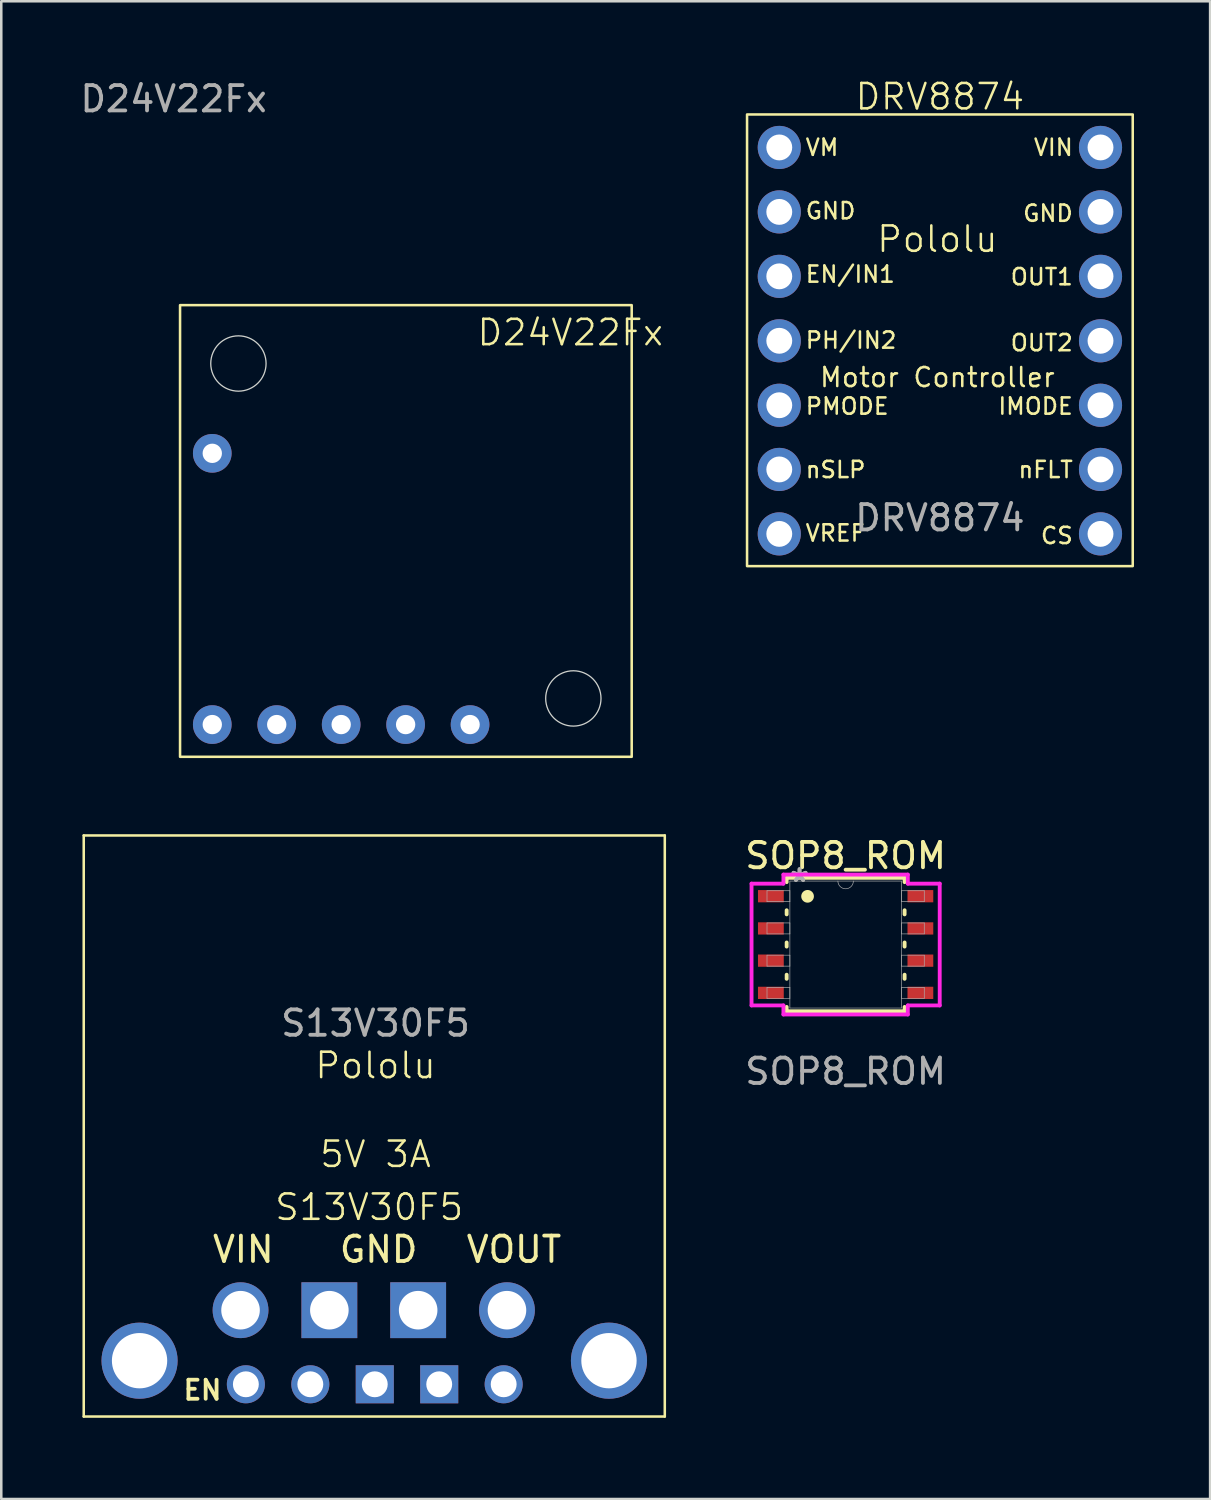
<source format=kicad_pcb>
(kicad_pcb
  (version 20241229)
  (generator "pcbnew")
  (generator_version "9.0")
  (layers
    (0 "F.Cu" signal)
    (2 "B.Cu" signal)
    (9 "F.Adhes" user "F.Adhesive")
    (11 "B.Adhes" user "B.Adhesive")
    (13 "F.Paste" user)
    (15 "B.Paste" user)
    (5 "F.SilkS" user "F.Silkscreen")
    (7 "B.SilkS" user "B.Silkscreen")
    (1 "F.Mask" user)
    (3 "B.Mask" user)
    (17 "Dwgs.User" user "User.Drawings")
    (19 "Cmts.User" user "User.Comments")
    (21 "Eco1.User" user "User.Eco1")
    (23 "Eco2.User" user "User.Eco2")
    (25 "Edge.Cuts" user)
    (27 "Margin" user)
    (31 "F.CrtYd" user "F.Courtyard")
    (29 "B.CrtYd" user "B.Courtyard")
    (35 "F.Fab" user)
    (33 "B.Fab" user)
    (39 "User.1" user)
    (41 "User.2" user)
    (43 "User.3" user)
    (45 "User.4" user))
  (footprint "D24V22Fx"
    (layer "F.Cu")
    (at 4.046 8.976)
    (property "Reference" "D24V22Fx" (at 15.38 1.08 0) (unlocked yes) (layer "F.SilkS") (effects (font (size 1 1) (thickness 0.1))))
    (attr through_hole)
    (fp_rect (start 0 0) (end 17.8 17.8) (stroke (width 0.1) (type default)) (fill no) (layer "F.SilkS"))
    (fp_circle (center 2.3 2.3) (end 3.39 2.3) (stroke (width 0.05) (type default)) (fill no) (layer "Edge.Cuts"))
    (fp_circle (center 15.5 15.5) (end 16.59 15.5) (stroke (width 0.05) (type default)) (fill no) (layer "Edge.Cuts"))
    (fp_text user "${REFERENCE}" (at -0.254 -8.128 0) (unlocked yes) (layer "F.Fab") (effects (font (size 1 1) (thickness 0.15))))
    (pad "1" thru_hole circle (at 1.27 16.53) (size 1.524 1.524) (drill 0.762) (layers "*.Cu" "*.Mask"))
    (pad "2" thru_hole circle (at 3.81 16.53) (size 1.524 1.524) (drill 0.762) (layers "*.Cu" "*.Mask"))
    (pad "3" thru_hole circle (at 6.35 16.53) (size 1.524 1.524) (drill 0.762) (layers "*.Cu" "*.Mask"))
    (pad "4" thru_hole circle (at 8.89 16.53) (size 1.524 1.524) (drill 0.762) (layers "*.Cu" "*.Mask"))
    (pad "5" thru_hole circle (at 11.43 16.53) (size 1.524 1.524) (drill 0.762) (layers "*.Cu" "*.Mask"))
    (pad "6" thru_hole circle (at 1.27 5.84) (size 1.524 1.524) (drill 0.762) (layers "*.Cu" "*.Mask")))
  (footprint "DRV8874"
    (layer "F.Cu")
    (at 26.392 19.261)
    (property "Reference" "DRV8874" (at 7.6 -18.5 0) (unlocked yes) (layer "F.SilkS") (effects (font (size 1 1) (thickness 0.1))))
    (attr through_hole)
    (fp_rect (start 0 -17.8) (end 15.2 0) (stroke (width 0.1) (type default)) (fill no) (layer "F.SilkS"))
    (fp_text user "VM" (at 2.25 -16.5 0) (unlocked yes) (layer "F.SilkS") (effects (font (size 0.64 0.64) (thickness 0.1)) (justify left)))
    (fp_text user "GND" (at 12.9 -13.9 0) (unlocked yes) (layer "F.SilkS") (effects (font (size 0.64 0.64) (thickness 0.1)) (justify right)))
    (fp_text user "OUT1" (at 12.9 -11.4 0) (unlocked yes) (layer "F.SilkS") (effects (font (size 0.64 0.64) (thickness 0.1)) (justify right)))
    (fp_text user "OUT2" (at 12.9 -8.8 0) (unlocked yes) (layer "F.SilkS") (effects (font (size 0.64 0.64) (thickness 0.1)) (justify right)))
    (fp_text user "Motor Controller" (at 7.5 -7 0) (unlocked yes) (layer "F.SilkS") (effects (font (size 0.75 0.75) (thickness 0.1)) (justify bottom)))
    (fp_text user "Pololu" (at 7.5 -12.3 0) (unlocked yes) (layer "F.SilkS") (effects (font (size 1 1) (thickness 0.1)) (justify bottom)))
    (fp_text user "PMODE" (at 2.25 -6.3 0) (unlocked yes) (layer "F.SilkS") (effects (font (size 0.64 0.64) (thickness 0.1)) (justify left)))
    (fp_text user "GND" (at 2.25 -14 0) (unlocked yes) (layer "F.SilkS") (effects (font (size 0.64 0.64) (thickness 0.1)) (justify left)))
    (fp_text user "nFLT" (at 12.9 -3.8 0) (unlocked yes) (layer "F.SilkS") (effects (font (size 0.64 0.64) (thickness 0.1)) (justify right)))
    (fp_text user "VREF" (at 2.25 -1.3 0) (unlocked yes) (layer "F.SilkS") (effects (font (size 0.64 0.64) (thickness 0.1)) (justify left)))
    (fp_text user "PH/IN2" (at 2.25 -8.9 0) (unlocked yes) (layer "F.SilkS") (effects (font (size 0.64 0.64) (thickness 0.1)) (justify left)))
    (fp_text user "VIN" (at 12.9 -16.5 0) (unlocked yes) (layer "F.SilkS") (effects (font (size 0.64 0.64) (thickness 0.1)) (justify right)))
    (fp_text user "IMODE" (at 12.9 -6.3 0) (unlocked yes) (layer "F.SilkS") (effects (font (size 0.64 0.64) (thickness 0.1)) (justify right)))
    (fp_text user "nSLP" (at 2.25 -3.8 0) (unlocked yes) (layer "F.SilkS") (effects (font (size 0.64 0.64) (thickness 0.1)) (justify left)))
    (fp_text user "CS" (at 12.9 -1.2 0) (unlocked yes) (layer "F.SilkS") (effects (font (size 0.64 0.64) (thickness 0.1)) (justify right)))
    (fp_text user "EN/IN1" (at 2.25 -11.5 0) (unlocked yes) (layer "F.SilkS") (effects (font (size 0.64 0.64) (thickness 0.1)) (justify left)))
    (fp_text user "${REFERENCE}" (at 7.6 -1.9 0) (unlocked yes) (layer "F.Fab") (effects (font (size 1 1) (thickness 0.15))))
    (pad "1" thru_hole circle (at 1.27 -16.5) (size 1.7 1.7) (drill 1.02) (layers "*.Cu" "*.Mask"))
    (pad "2" thru_hole circle (at 1.27 -13.96) (size 1.7 1.7) (drill 1.02) (layers "*.Cu" "*.Mask"))
    (pad "3" thru_hole circle (at 1.27 -11.42) (size 1.7 1.7) (drill 1.02) (layers "*.Cu" "*.Mask"))
    (pad "4" thru_hole circle (at 1.27 -8.88) (size 1.7 1.7) (drill 1.02) (layers "*.Cu" "*.Mask"))
    (pad "5" thru_hole circle (at 1.27 -6.34) (size 1.7 1.7) (drill 1.02) (layers "*.Cu" "*.Mask"))
    (pad "6" thru_hole circle (at 1.27 -3.81) (size 1.7 1.7) (drill 1.02) (layers "*.Cu" "*.Mask"))
    (pad "7" thru_hole circle (at 1.27 -1.27) (size 1.7 1.7) (drill 1.02) (layers "*.Cu" "*.Mask"))
    (pad "8" thru_hole circle (at 13.93 -16.5) (size 1.7 1.7) (drill 1.02) (layers "*.Cu" "*.Mask"))
    (pad "9" thru_hole circle (at 13.93 -13.96) (size 1.7 1.7) (drill 1.02) (layers "*.Cu" "*.Mask"))
    (pad "10" thru_hole circle (at 13.93 -11.42) (size 1.7 1.7) (drill 1.02) (layers "*.Cu" "*.Mask"))
    (pad "11" thru_hole circle (at 13.93 -8.88) (size 1.7 1.7) (drill 1.02) (layers "*.Cu" "*.Mask"))
    (pad "12" thru_hole circle (at 13.93 -6.34) (size 1.7 1.7) (drill 1.02) (layers "*.Cu" "*.Mask"))
    (pad "13" thru_hole circle (at 13.93 -3.81) (size 1.7 1.7) (drill 1.02) (layers "*.Cu" "*.Mask"))
    (pad "14" thru_hole circle (at 13.93 -1.27) (size 1.7 1.7) (drill 1.02) (layers "*.Cu" "*.Mask")))
  (footprint "S13V30F5"
    (layer "F.Cu")
    (at 0.25 52.776)
    (property "Reference" "S13V30F5" (at 11.25 -8.25 0) (unlocked yes) (layer "F.SilkS") (effects (font (size 1 1) (thickness 0.1))))
    (attr through_hole)
    (fp_line (start 0 -22.9) (end 0 0) (stroke (width 0.1) (type default)) (layer "F.SilkS"))
    (fp_line (start 0 -22.9) (end 22.9 -22.9) (stroke (width 0.1) (type default)) (layer "F.SilkS"))
    (fp_line (start 0 0) (end 22.9 0) (stroke (width 0.1) (type default)) (layer "F.SilkS"))
    (fp_line (start 22.9 0) (end 22.9 -22.9) (stroke (width 0.1) (type default)) (layer "F.SilkS"))
    (fp_text user "EN" (at 3.85 -0.6 0) (unlocked yes) (layer "F.SilkS") (effects (font (size 0.75 0.75) (thickness 0.15) (bold yes)) (justify left bottom)))
    (fp_text user "VIN" (at 5 -6 0) (unlocked yes) (layer "F.SilkS") (effects (font (size 1 1) (thickness 0.15)) (justify left bottom)))
    (fp_text user "Pololu" (at 11.5 -13.25 0) (unlocked yes) (layer "F.SilkS") (effects (font (size 1 1) (thickness 0.1)) (justify bottom)))
    (fp_text user "VOUT" (at 15 -6 0) (unlocked yes) (layer "F.SilkS") (effects (font (size 1 1) (thickness 0.15)) (justify left bottom)))
    (fp_text user "5V 3A" (at 11.5 -9.75 0) (unlocked yes) (layer "F.SilkS") (effects (font (size 1 1) (thickness 0.1)) (justify bottom)))
    (fp_text user "GND" (at 10 -6 0) (unlocked yes) (layer "F.SilkS") (effects (font (size 1 1) (thickness 0.15)) (justify left bottom)))
    (fp_text user "${REFERENCE}" (at 11.5 -15.5 0) (unlocked yes) (layer "F.Fab") (effects (font (size 1 1) (thickness 0.15))))
    (pad "" np_thru_hole circle (at 2.2 -2.2) (size 3 3) (drill 2.18) (layers "*.Cu" "*.Mask"))
    (pad "" np_thru_hole circle (at 20.7 -2.2) (size 3 3) (drill 2.18) (layers "*.Cu" "*.Mask"))
    (pad "1" thru_hole circle (at 6.18 -4.19) (size 2.2 2.2) (drill 1.52) (layers "*.Cu" "*.Mask"))
    (pad "1" thru_hole circle (at 8.93 -1.27) (size 1.5 1.5) (drill 1.02) (layers "*.Cu" "*.Mask"))
    (pad "2" thru_hole rect (at 9.68 -4.19) (size 2.2 2.2) (drill 1.52) (layers "*.Cu" "*.Mask"))
    (pad "2" thru_hole rect (at 11.47 -1.27) (size 1.5 1.5) (drill 1.02) (layers "*.Cu" "*.Mask"))
    (pad "2" thru_hole rect (at 13.18 -4.19) (size 2.2 2.2) (drill 1.52) (layers "*.Cu" "*.Mask"))
    (pad "2" thru_hole rect (at 14.01 -1.27) (size 1.5 1.5) (drill 1.02) (layers "*.Cu" "*.Mask"))
    (pad "3" thru_hole circle (at 16.55 -1.27) (size 1.5 1.5) (drill 1.02) (layers "*.Cu" "*.Mask"))
    (pad "3" thru_hole circle (at 16.68 -4.19) (size 2.2 2.2) (drill 1.52) (layers "*.Cu" "*.Mask"))
    (pad "4" thru_hole circle (at 6.39 -1.27) (size 1.5 1.5) (drill 1.02) (layers "*.Cu" "*.Mask")))
  (footprint "SOP8_ROM"
    (layer "F.Cu")
    (at 30.277 34.175)
    (property "Reference" "SOP8_ROM" (at 0 -3.5 0) (unlocked yes) (layer "F.SilkS") (effects (font (size 1 1) (thickness 0.15))))
    (attr smd)
    (fp_line (start -2.324 -2.629) (end -2.324 -2.459) (stroke (width 0.152) (type solid)) (layer "F.SilkS"))
    (fp_line (start -2.324 -1.351) (end -2.324 -1.189) (stroke (width 0.152) (type solid)) (layer "F.SilkS"))
    (fp_line (start -2.324 -0.081) (end -2.324 0.081) (stroke (width 0.152) (type solid)) (layer "F.SilkS"))
    (fp_line (start -2.324 1.189) (end -2.324 1.351) (stroke (width 0.152) (type solid)) (layer "F.SilkS"))
    (fp_line (start -2.324 2.459) (end -2.324 2.629) (stroke (width 0.152) (type solid)) (layer "F.SilkS"))
    (fp_line (start -2.324 2.629) (end 2.324 2.629) (stroke (width 0.152) (type solid)) (layer "F.SilkS"))
    (fp_line (start 2.324 -2.629) (end -2.324 -2.629) (stroke (width 0.152) (type solid)) (layer "F.SilkS"))
    (fp_line (start 2.324 -2.459) (end 2.324 -2.629) (stroke (width 0.152) (type solid)) (layer "F.SilkS"))
    (fp_line (start 2.324 -1.189) (end 2.324 -1.351) (stroke (width 0.152) (type solid)) (layer "F.SilkS"))
    (fp_line (start 2.324 0.081) (end 2.324 -0.081) (stroke (width 0.152) (type solid)) (layer "F.SilkS"))
    (fp_line (start 2.324 1.351) (end 2.324 1.189) (stroke (width 0.152) (type solid)) (layer "F.SilkS"))
    (fp_line (start 2.324 2.629) (end 2.324 2.459) (stroke (width 0.152) (type solid)) (layer "F.SilkS"))
    (fp_circle (center -1.5 -1.9) (end -1.3 -1.9) (stroke (width 0.1) (type default)) (fill yes) (layer "F.SilkS"))
    (fp_line (start -3.708 -2.4) (end -2.451 -2.4) (stroke (width 0.152) (type solid)) (layer "F.CrtYd"))
    (fp_line (start -3.708 2.4) (end -3.708 -2.4) (stroke (width 0.152) (type solid)) (layer "F.CrtYd"))
    (fp_line (start -3.708 2.4) (end -2.451 2.4) (stroke (width 0.152) (type solid)) (layer "F.CrtYd"))
    (fp_line (start -2.451 -2.756) (end 2.451 -2.756) (stroke (width 0.152) (type solid)) (layer "F.CrtYd"))
    (fp_line (start -2.451 -2.4) (end -2.451 -2.756) (stroke (width 0.152) (type solid)) (layer "F.CrtYd"))
    (fp_line (start -2.451 2.756) (end -2.451 2.4) (stroke (width 0.152) (type solid)) (layer "F.CrtYd"))
    (fp_line (start 2.451 -2.756) (end 2.451 -2.4) (stroke (width 0.152) (type solid)) (layer "F.CrtYd"))
    (fp_line (start 2.451 2.4) (end 2.451 2.756) (stroke (width 0.152) (type solid)) (layer "F.CrtYd"))
    (fp_line (start 2.451 2.756) (end -2.451 2.756) (stroke (width 0.152) (type solid)) (layer "F.CrtYd"))
    (fp_line (start 3.708 -2.4) (end 2.451 -2.4) (stroke (width 0.152) (type solid)) (layer "F.CrtYd"))
    (fp_line (start 3.708 -2.4) (end 3.708 2.4) (stroke (width 0.152) (type solid)) (layer "F.CrtYd"))
    (fp_line (start 3.708 2.4) (end 2.451 2.4) (stroke (width 0.152) (type solid)) (layer "F.CrtYd"))
    (fp_line (start -3.099 -2.121) (end -3.099 -1.689) (stroke (width 0.025) (type solid)) (layer "F.Fab"))
    (fp_line (start -3.099 -1.689) (end -2.197 -1.689) (stroke (width 0.025) (type solid)) (layer "F.Fab"))
    (fp_line (start -3.099 -0.851) (end -3.099 -0.419) (stroke (width 0.025) (type solid)) (layer "F.Fab"))
    (fp_line (start -3.099 -0.419) (end -2.197 -0.419) (stroke (width 0.025) (type solid)) (layer "F.Fab"))
    (fp_line (start -3.099 0.419) (end -3.099 0.851) (stroke (width 0.025) (type solid)) (layer "F.Fab"))
    (fp_line (start -3.099 0.851) (end -2.197 0.851) (stroke (width 0.025) (type solid)) (layer "F.Fab"))
    (fp_line (start -3.099 1.689) (end -3.099 2.121) (stroke (width 0.025) (type solid)) (layer "F.Fab"))
    (fp_line (start -3.099 2.121) (end -2.197 2.121) (stroke (width 0.025) (type solid)) (layer "F.Fab"))
    (fp_line (start -2.197 -2.502) (end -2.197 2.502) (stroke (width 0.025) (type solid)) (layer "F.Fab"))
    (fp_line (start -2.197 -2.121) (end -3.099 -2.121) (stroke (width 0.025) (type solid)) (layer "F.Fab"))
    (fp_line (start -2.197 -1.689) (end -2.197 -2.121) (stroke (width 0.025) (type solid)) (layer "F.Fab"))
    (fp_line (start -2.197 -0.851) (end -3.099 -0.851) (stroke (width 0.025) (type solid)) (layer "F.Fab"))
    (fp_line (start -2.197 -0.419) (end -2.197 -0.851) (stroke (width 0.025) (type solid)) (layer "F.Fab"))
    (fp_line (start -2.197 0.419) (end -3.099 0.419) (stroke (width 0.025) (type solid)) (layer "F.Fab"))
    (fp_line (start -2.197 0.851) (end -2.197 0.419) (stroke (width 0.025) (type solid)) (layer "F.Fab"))
    (fp_line (start -2.197 1.689) (end -3.099 1.689) (stroke (width 0.025) (type solid)) (layer "F.Fab"))
    (fp_line (start -2.197 2.121) (end -2.197 1.689) (stroke (width 0.025) (type solid)) (layer "F.Fab"))
    (fp_line (start -2.197 2.502) (end 2.197 2.502) (stroke (width 0.025) (type solid)) (layer "F.Fab"))
    (fp_line (start 2.197 -2.502) (end -2.197 -2.502) (stroke (width 0.025) (type solid)) (layer "F.Fab"))
    (fp_line (start 2.197 -2.121) (end 2.197 -1.689) (stroke (width 0.025) (type solid)) (layer "F.Fab"))
    (fp_line (start 2.197 -1.689) (end 3.099 -1.689) (stroke (width 0.025) (type solid)) (layer "F.Fab"))
    (fp_line (start 2.197 -0.851) (end 2.197 -0.419) (stroke (width 0.025) (type solid)) (layer "F.Fab"))
    (fp_line (start 2.197 -0.419) (end 3.099 -0.419) (stroke (width 0.025) (type solid)) (layer "F.Fab"))
    (fp_line (start 2.197 0.419) (end 2.197 0.851) (stroke (width 0.025) (type solid)) (layer "F.Fab"))
    (fp_line (start 2.197 0.851) (end 3.099 0.851) (stroke (width 0.025) (type solid)) (layer "F.Fab"))
    (fp_line (start 2.197 1.689) (end 2.197 2.121) (stroke (width 0.025) (type solid)) (layer "F.Fab"))
    (fp_line (start 2.197 2.121) (end 3.099 2.121) (stroke (width 0.025) (type solid)) (layer "F.Fab"))
    (fp_line (start 2.197 2.502) (end 2.197 -2.502) (stroke (width 0.025) (type solid)) (layer "F.Fab"))
    (fp_line (start 3.099 -2.121) (end 2.197 -2.121) (stroke (width 0.025) (type solid)) (layer "F.Fab"))
    (fp_line (start 3.099 -1.689) (end 3.099 -2.121) (stroke (width 0.025) (type solid)) (layer "F.Fab"))
    (fp_line (start 3.099 -0.851) (end 2.197 -0.851) (stroke (width 0.025) (type solid)) (layer "F.Fab"))
    (fp_line (start 3.099 -0.419) (end 3.099 -0.851) (stroke (width 0.025) (type solid)) (layer "F.Fab"))
    (fp_line (start 3.099 0.419) (end 2.197 0.419) (stroke (width 0.025) (type solid)) (layer "F.Fab"))
    (fp_line (start 3.099 0.851) (end 3.099 0.419) (stroke (width 0.025) (type solid)) (layer "F.Fab"))
    (fp_line (start 3.099 1.689) (end 2.197 1.689) (stroke (width 0.025) (type solid)) (layer "F.Fab"))
    (fp_line (start 3.099 2.121) (end 3.099 1.689) (stroke (width 0.025) (type solid)) (layer "F.Fab"))
    (fp_arc (start 0.3048 -2.5019) (mid 0 -2.1971) (end -0.3048 -2.5019) (stroke (width 0.0254) (type solid)) (layer "F.Fab"))
    (fp_text user "*" (at -1.816 -2.426 0) (unlocked yes) (layer "F.Fab") (effects (font (size 1 1) (thickness 0.15))))
    (fp_text user "${REFERENCE}" (at 0 5 0) (unlocked yes) (layer "F.Fab") (effects (font (size 1 1) (thickness 0.15))))
    (fp_text user "*" (at -1.816 -2.426 0) (layer "F.Fab") (effects (font (size 1 1) (thickness 0.15))))
    (pad "1" smd rect (at -2.946 -1.905) (size 1.016 0.483) (layers "F.Cu" "F.Mask" "F.Paste"))
    (pad "2" smd rect (at -2.946 -0.635) (size 1.016 0.483) (layers "F.Cu" "F.Mask" "F.Paste"))
    (pad "3" smd rect (at -2.946 0.635) (size 1.016 0.483) (layers "F.Cu" "F.Mask" "F.Paste"))
    (pad "4" smd rect (at -2.946 1.905) (size 1.016 0.483) (layers "F.Cu" "F.Mask" "F.Paste"))
    (pad "5" smd rect (at 2.946 1.905) (size 1.016 0.483) (layers "F.Cu" "F.Mask" "F.Paste"))
    (pad "6" smd rect (at 2.946 0.635) (size 1.016 0.483) (layers "F.Cu" "F.Mask" "F.Paste"))
    (pad "7" smd rect (at 2.946 -0.635) (size 1.016 0.483) (layers "F.Cu" "F.Mask" "F.Paste"))
    (pad "8" smd rect (at 2.946 -1.905) (size 1.016 0.483) (layers "F.Cu" "F.Mask" "F.Paste")))
  (gr_rect
    (start -3 -3)
    (end 44.642 56.026)
    (stroke (width 0.1) (type default))
    (fill no)
    (layer "Edge.Cuts")))
</source>
